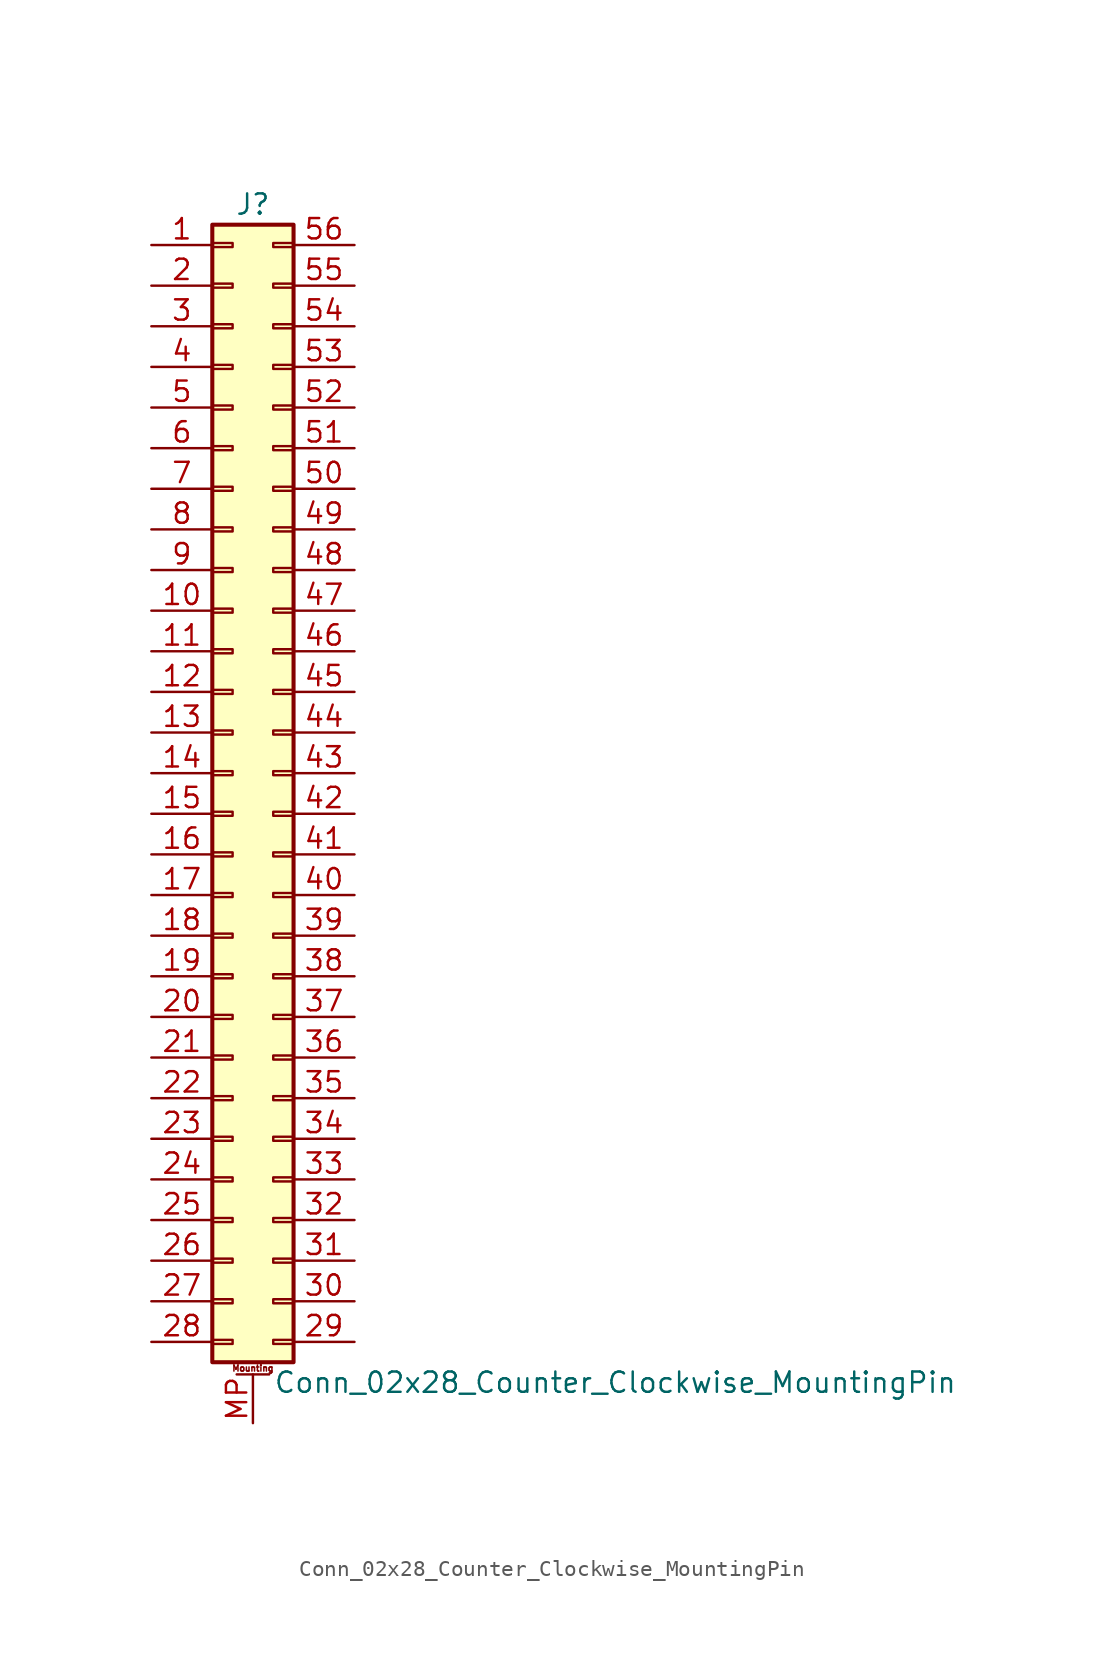
<source format=kicad_sym>
(kicad_symbol_lib
  (version 20201005)
  (generator kicad_symbol_editor)
  (symbol "Conn_02x28_Counter_Clockwise_MountingPin"
    (pin_names
      (offset 1.016) hide)
    (property "Reference" "J"
      (at 1.27 35.56 0)
      (effects (font (size 1.27 1.27))))
    (property "Value" "Conn_02x28_Counter_Clockwise_MountingPin"
      (at 2.54 -38.1 0)
      (effects (font (size 1.27 1.27)) (justify left)))
    (symbol "Conn_02x28_Counter_Clockwise_MountingPin_1_1"
      (text "Mounting" (at 1.27 -37.211 0) (effects (font (size 0.381 0.381))))
      (rectangle (start -1.27 -35.433) (end 0 -35.687) (stroke (width 0.152)) (fill (type none)))
      (rectangle (start -1.27 -32.893) (end 0 -33.147) (stroke (width 0.152)) (fill (type none)))
      (rectangle (start -1.27 -30.353) (end 0 -30.607) (stroke (width 0.152)) (fill (type none)))
      (rectangle (start -1.27 -27.813) (end 0 -28.067) (stroke (width 0.152)) (fill (type none)))
      (rectangle (start -1.27 -25.273) (end 0 -25.527) (stroke (width 0.152)) (fill (type none)))
      (rectangle (start -1.27 -22.733) (end 0 -22.987) (stroke (width 0.152)) (fill (type none)))
      (rectangle (start -1.27 -20.193) (end 0 -20.447) (stroke (width 0.152)) (fill (type none)))
      (rectangle (start -1.27 -17.653) (end 0 -17.907) (stroke (width 0.152)) (fill (type none)))
      (rectangle (start -1.27 -15.113) (end 0 -15.367) (stroke (width 0.152)) (fill (type none)))
      (rectangle (start -1.27 -12.573) (end 0 -12.827) (stroke (width 0.152)) (fill (type none)))
      (rectangle (start -1.27 -10.033) (end 0 -10.287) (stroke (width 0.152)) (fill (type none)))
      (rectangle (start -1.27 -7.493) (end 0 -7.747) (stroke (width 0.152)) (fill (type none)))
      (rectangle (start -1.27 -4.953) (end 0 -5.207) (stroke (width 0.152)) (fill (type none)))
      (rectangle (start -1.27 -2.413) (end 0 -2.667) (stroke (width 0.152)) (fill (type none)))
      (rectangle (start -1.27 0.127) (end 0 -0.127) (stroke (width 0.152)) (fill (type none)))
      (rectangle (start -1.27 2.667) (end 0 2.413) (stroke (width 0.152)) (fill (type none)))
      (rectangle (start -1.27 5.207) (end 0 4.953) (stroke (width 0.152)) (fill (type none)))
      (rectangle (start -1.27 7.747) (end 0 7.493) (stroke (width 0.152)) (fill (type none)))
      (rectangle (start -1.27 10.287) (end 0 10.033) (stroke (width 0.152)) (fill (type none)))
      (rectangle (start -1.27 12.827) (end 0 12.573) (stroke (width 0.152)) (fill (type none)))
      (rectangle (start -1.27 15.367) (end 0 15.113) (stroke (width 0.152)) (fill (type none)))
      (rectangle (start -1.27 17.907) (end 0 17.653) (stroke (width 0.152)) (fill (type none)))
      (rectangle (start -1.27 20.447) (end 0 20.193) (stroke (width 0.152)) (fill (type none)))
      (rectangle (start -1.27 22.987) (end 0 22.733) (stroke (width 0.152)) (fill (type none)))
      (rectangle (start -1.27 25.527) (end 0 25.273) (stroke (width 0.152)) (fill (type none)))
      (rectangle (start -1.27 28.067) (end 0 27.813) (stroke (width 0.152)) (fill (type none)))
      (rectangle (start -1.27 30.607) (end 0 30.353) (stroke (width 0.152)) (fill (type none)))
      (rectangle (start -1.27 33.147) (end 0 32.893) (stroke (width 0.152)) (fill (type none)))
      (rectangle (start -1.27 34.29) (end 3.81 -36.83) (stroke (width 0.254)) (fill (type background)))
      (rectangle (start 3.81 -35.433) (end 2.54 -35.687) (stroke (width 0.152)) (fill (type none)))
      (rectangle (start 3.81 -32.893) (end 2.54 -33.147) (stroke (width 0.152)) (fill (type none)))
      (rectangle (start 3.81 -30.353) (end 2.54 -30.607) (stroke (width 0.152)) (fill (type none)))
      (rectangle (start 3.81 -27.813) (end 2.54 -28.067) (stroke (width 0.152)) (fill (type none)))
      (rectangle (start 3.81 -25.273) (end 2.54 -25.527) (stroke (width 0.152)) (fill (type none)))
      (rectangle (start 3.81 -22.733) (end 2.54 -22.987) (stroke (width 0.152)) (fill (type none)))
      (rectangle (start 3.81 -20.193) (end 2.54 -20.447) (stroke (width 0.152)) (fill (type none)))
      (rectangle (start 3.81 -17.653) (end 2.54 -17.907) (stroke (width 0.152)) (fill (type none)))
      (rectangle (start 3.81 -15.113) (end 2.54 -15.367) (stroke (width 0.152)) (fill (type none)))
      (rectangle (start 3.81 -12.573) (end 2.54 -12.827) (stroke (width 0.152)) (fill (type none)))
      (rectangle (start 3.81 -10.033) (end 2.54 -10.287) (stroke (width 0.152)) (fill (type none)))
      (rectangle (start 3.81 -7.493) (end 2.54 -7.747) (stroke (width 0.152)) (fill (type none)))
      (rectangle (start 3.81 -4.953) (end 2.54 -5.207) (stroke (width 0.152)) (fill (type none)))
      (rectangle (start 3.81 -2.413) (end 2.54 -2.667) (stroke (width 0.152)) (fill (type none)))
      (rectangle (start 3.81 0.127) (end 2.54 -0.127) (stroke (width 0.152)) (fill (type none)))
      (rectangle (start 3.81 2.667) (end 2.54 2.413) (stroke (width 0.152)) (fill (type none)))
      (rectangle (start 3.81 5.207) (end 2.54 4.953) (stroke (width 0.152)) (fill (type none)))
      (rectangle (start 3.81 7.747) (end 2.54 7.493) (stroke (width 0.152)) (fill (type none)))
      (rectangle (start 3.81 10.287) (end 2.54 10.033) (stroke (width 0.152)) (fill (type none)))
      (rectangle (start 3.81 12.827) (end 2.54 12.573) (stroke (width 0.152)) (fill (type none)))
      (rectangle (start 3.81 15.367) (end 2.54 15.113) (stroke (width 0.152)) (fill (type none)))
      (rectangle (start 3.81 17.907) (end 2.54 17.653) (stroke (width 0.152)) (fill (type none)))
      (rectangle (start 3.81 20.447) (end 2.54 20.193) (stroke (width 0.152)) (fill (type none)))
      (rectangle (start 3.81 22.987) (end 2.54 22.733) (stroke (width 0.152)) (fill (type none)))
      (rectangle (start 3.81 25.527) (end 2.54 25.273) (stroke (width 0.152)) (fill (type none)))
      (rectangle (start 3.81 28.067) (end 2.54 27.813) (stroke (width 0.152)) (fill (type none)))
      (rectangle (start 3.81 30.607) (end 2.54 30.353) (stroke (width 0.152)) (fill (type none)))
      (rectangle (start 3.81 33.147) (end 2.54 32.893) (stroke (width 0.152)) (fill (type none)))
      (polyline (pts (xy 0.254 -37.592) (xy 2.286 -37.592)) (stroke (width 0.152)) (fill (type none)))
      (pin passive line (at -5.08 33.02 0) (length 3.81) (name "Pin_1" (effects (font (size 1.27 1.27)))) (number "1" (effects (font (size 1.27 1.27)))))
      (pin passive line (at -5.08 10.16 0) (length 3.81) (name "Pin_10" (effects (font (size 1.27 1.27)))) (number "10" (effects (font (size 1.27 1.27)))))
      (pin passive line (at -5.08 7.62 0) (length 3.81) (name "Pin_11" (effects (font (size 1.27 1.27)))) (number "11" (effects (font (size 1.27 1.27)))))
      (pin passive line (at -5.08 5.08 0) (length 3.81) (name "Pin_12" (effects (font (size 1.27 1.27)))) (number "12" (effects (font (size 1.27 1.27)))))
      (pin passive line (at -5.08 2.54 0) (length 3.81) (name "Pin_13" (effects (font (size 1.27 1.27)))) (number "13" (effects (font (size 1.27 1.27)))))
      (pin passive line (at -5.08 0 0) (length 3.81) (name "Pin_14" (effects (font (size 1.27 1.27)))) (number "14" (effects (font (size 1.27 1.27)))))
      (pin passive line (at -5.08 -2.54 0) (length 3.81) (name "Pin_15" (effects (font (size 1.27 1.27)))) (number "15" (effects (font (size 1.27 1.27)))))
      (pin passive line (at -5.08 -5.08 0) (length 3.81) (name "Pin_16" (effects (font (size 1.27 1.27)))) (number "16" (effects (font (size 1.27 1.27)))))
      (pin passive line (at -5.08 -7.62 0) (length 3.81) (name "Pin_17" (effects (font (size 1.27 1.27)))) (number "17" (effects (font (size 1.27 1.27)))))
      (pin passive line (at -5.08 -10.16 0) (length 3.81) (name "Pin_18" (effects (font (size 1.27 1.27)))) (number "18" (effects (font (size 1.27 1.27)))))
      (pin passive line (at -5.08 -12.7 0) (length 3.81) (name "Pin_19" (effects (font (size 1.27 1.27)))) (number "19" (effects (font (size 1.27 1.27)))))
      (pin passive line (at -5.08 30.48 0) (length 3.81) (name "Pin_2" (effects (font (size 1.27 1.27)))) (number "2" (effects (font (size 1.27 1.27)))))
      (pin passive line (at -5.08 -15.24 0) (length 3.81) (name "Pin_20" (effects (font (size 1.27 1.27)))) (number "20" (effects (font (size 1.27 1.27)))))
      (pin passive line (at -5.08 -17.78 0) (length 3.81) (name "Pin_21" (effects (font (size 1.27 1.27)))) (number "21" (effects (font (size 1.27 1.27)))))
      (pin passive line (at -5.08 -20.32 0) (length 3.81) (name "Pin_22" (effects (font (size 1.27 1.27)))) (number "22" (effects (font (size 1.27 1.27)))))
      (pin passive line (at -5.08 -22.86 0) (length 3.81) (name "Pin_23" (effects (font (size 1.27 1.27)))) (number "23" (effects (font (size 1.27 1.27)))))
      (pin passive line (at -5.08 -25.4 0) (length 3.81) (name "Pin_24" (effects (font (size 1.27 1.27)))) (number "24" (effects (font (size 1.27 1.27)))))
      (pin passive line (at -5.08 -27.94 0) (length 3.81) (name "Pin_25" (effects (font (size 1.27 1.27)))) (number "25" (effects (font (size 1.27 1.27)))))
      (pin passive line (at -5.08 -30.48 0) (length 3.81) (name "Pin_26" (effects (font (size 1.27 1.27)))) (number "26" (effects (font (size 1.27 1.27)))))
      (pin passive line (at -5.08 -33.02 0) (length 3.81) (name "Pin_27" (effects (font (size 1.27 1.27)))) (number "27" (effects (font (size 1.27 1.27)))))
      (pin passive line (at -5.08 -35.56 0) (length 3.81) (name "Pin_28" (effects (font (size 1.27 1.27)))) (number "28" (effects (font (size 1.27 1.27)))))
      (pin passive line (at 7.62 -35.56 180) (length 3.81) (name "Pin_29" (effects (font (size 1.27 1.27)))) (number "29" (effects (font (size 1.27 1.27)))))
      (pin passive line (at -5.08 27.94 0) (length 3.81) (name "Pin_3" (effects (font (size 1.27 1.27)))) (number "3" (effects (font (size 1.27 1.27)))))
      (pin passive line (at 7.62 -33.02 180) (length 3.81) (name "Pin_30" (effects (font (size 1.27 1.27)))) (number "30" (effects (font (size 1.27 1.27)))))
      (pin passive line (at 7.62 -30.48 180) (length 3.81) (name "Pin_31" (effects (font (size 1.27 1.27)))) (number "31" (effects (font (size 1.27 1.27)))))
      (pin passive line (at 7.62 -27.94 180) (length 3.81) (name "Pin_32" (effects (font (size 1.27 1.27)))) (number "32" (effects (font (size 1.27 1.27)))))
      (pin passive line (at 7.62 -25.4 180) (length 3.81) (name "Pin_33" (effects (font (size 1.27 1.27)))) (number "33" (effects (font (size 1.27 1.27)))))
      (pin passive line (at 7.62 -22.86 180) (length 3.81) (name "Pin_34" (effects (font (size 1.27 1.27)))) (number "34" (effects (font (size 1.27 1.27)))))
      (pin passive line (at 7.62 -20.32 180) (length 3.81) (name "Pin_35" (effects (font (size 1.27 1.27)))) (number "35" (effects (font (size 1.27 1.27)))))
      (pin passive line (at 7.62 -17.78 180) (length 3.81) (name "Pin_36" (effects (font (size 1.27 1.27)))) (number "36" (effects (font (size 1.27 1.27)))))
      (pin passive line (at 7.62 -15.24 180) (length 3.81) (name "Pin_37" (effects (font (size 1.27 1.27)))) (number "37" (effects (font (size 1.27 1.27)))))
      (pin passive line (at 7.62 -12.7 180) (length 3.81) (name "Pin_38" (effects (font (size 1.27 1.27)))) (number "38" (effects (font (size 1.27 1.27)))))
      (pin passive line (at 7.62 -10.16 180) (length 3.81) (name "Pin_39" (effects (font (size 1.27 1.27)))) (number "39" (effects (font (size 1.27 1.27)))))
      (pin passive line (at -5.08 25.4 0) (length 3.81) (name "Pin_4" (effects (font (size 1.27 1.27)))) (number "4" (effects (font (size 1.27 1.27)))))
      (pin passive line (at 7.62 -7.62 180) (length 3.81) (name "Pin_40" (effects (font (size 1.27 1.27)))) (number "40" (effects (font (size 1.27 1.27)))))
      (pin passive line (at 7.62 -5.08 180) (length 3.81) (name "Pin_41" (effects (font (size 1.27 1.27)))) (number "41" (effects (font (size 1.27 1.27)))))
      (pin passive line (at 7.62 -2.54 180) (length 3.81) (name "Pin_42" (effects (font (size 1.27 1.27)))) (number "42" (effects (font (size 1.27 1.27)))))
      (pin passive line (at 7.62 0 180) (length 3.81) (name "Pin_43" (effects (font (size 1.27 1.27)))) (number "43" (effects (font (size 1.27 1.27)))))
      (pin passive line (at 7.62 2.54 180) (length 3.81) (name "Pin_44" (effects (font (size 1.27 1.27)))) (number "44" (effects (font (size 1.27 1.27)))))
      (pin passive line (at 7.62 5.08 180) (length 3.81) (name "Pin_45" (effects (font (size 1.27 1.27)))) (number "45" (effects (font (size 1.27 1.27)))))
      (pin passive line (at 7.62 7.62 180) (length 3.81) (name "Pin_46" (effects (font (size 1.27 1.27)))) (number "46" (effects (font (size 1.27 1.27)))))
      (pin passive line (at 7.62 10.16 180) (length 3.81) (name "Pin_47" (effects (font (size 1.27 1.27)))) (number "47" (effects (font (size 1.27 1.27)))))
      (pin passive line (at 7.62 12.7 180) (length 3.81) (name "Pin_48" (effects (font (size 1.27 1.27)))) (number "48" (effects (font (size 1.27 1.27)))))
      (pin passive line (at 7.62 15.24 180) (length 3.81) (name "Pin_49" (effects (font (size 1.27 1.27)))) (number "49" (effects (font (size 1.27 1.27)))))
      (pin passive line (at -5.08 22.86 0) (length 3.81) (name "Pin_5" (effects (font (size 1.27 1.27)))) (number "5" (effects (font (size 1.27 1.27)))))
      (pin passive line (at 7.62 17.78 180) (length 3.81) (name "Pin_50" (effects (font (size 1.27 1.27)))) (number "50" (effects (font (size 1.27 1.27)))))
      (pin passive line (at 7.62 20.32 180) (length 3.81) (name "Pin_51" (effects (font (size 1.27 1.27)))) (number "51" (effects (font (size 1.27 1.27)))))
      (pin passive line (at 7.62 22.86 180) (length 3.81) (name "Pin_52" (effects (font (size 1.27 1.27)))) (number "52" (effects (font (size 1.27 1.27)))))
      (pin passive line (at 7.62 25.4 180) (length 3.81) (name "Pin_53" (effects (font (size 1.27 1.27)))) (number "53" (effects (font (size 1.27 1.27)))))
      (pin passive line (at 7.62 27.94 180) (length 3.81) (name "Pin_54" (effects (font (size 1.27 1.27)))) (number "54" (effects (font (size 1.27 1.27)))))
      (pin passive line (at 7.62 30.48 180) (length 3.81) (name "Pin_55" (effects (font (size 1.27 1.27)))) (number "55" (effects (font (size 1.27 1.27)))))
      (pin passive line (at 7.62 33.02 180) (length 3.81) (name "Pin_56" (effects (font (size 1.27 1.27)))) (number "56" (effects (font (size 1.27 1.27)))))
      (pin passive line (at -5.08 20.32 0) (length 3.81) (name "Pin_6" (effects (font (size 1.27 1.27)))) (number "6" (effects (font (size 1.27 1.27)))))
      (pin passive line (at -5.08 17.78 0) (length 3.81) (name "Pin_7" (effects (font (size 1.27 1.27)))) (number "7" (effects (font (size 1.27 1.27)))))
      (pin passive line (at -5.08 15.24 0) (length 3.81) (name "Pin_8" (effects (font (size 1.27 1.27)))) (number "8" (effects (font (size 1.27 1.27)))))
      (pin passive line (at -5.08 12.7 0) (length 3.81) (name "Pin_9" (effects (font (size 1.27 1.27)))) (number "9" (effects (font (size 1.27 1.27)))))
      (pin passive line (at 1.27 -40.64 90) (length 3.048) (name "MountPin" (effects (font (size 1.27 1.27)))) (number "MP" (effects (font (size 1.27 1.27))))))))
</source>
